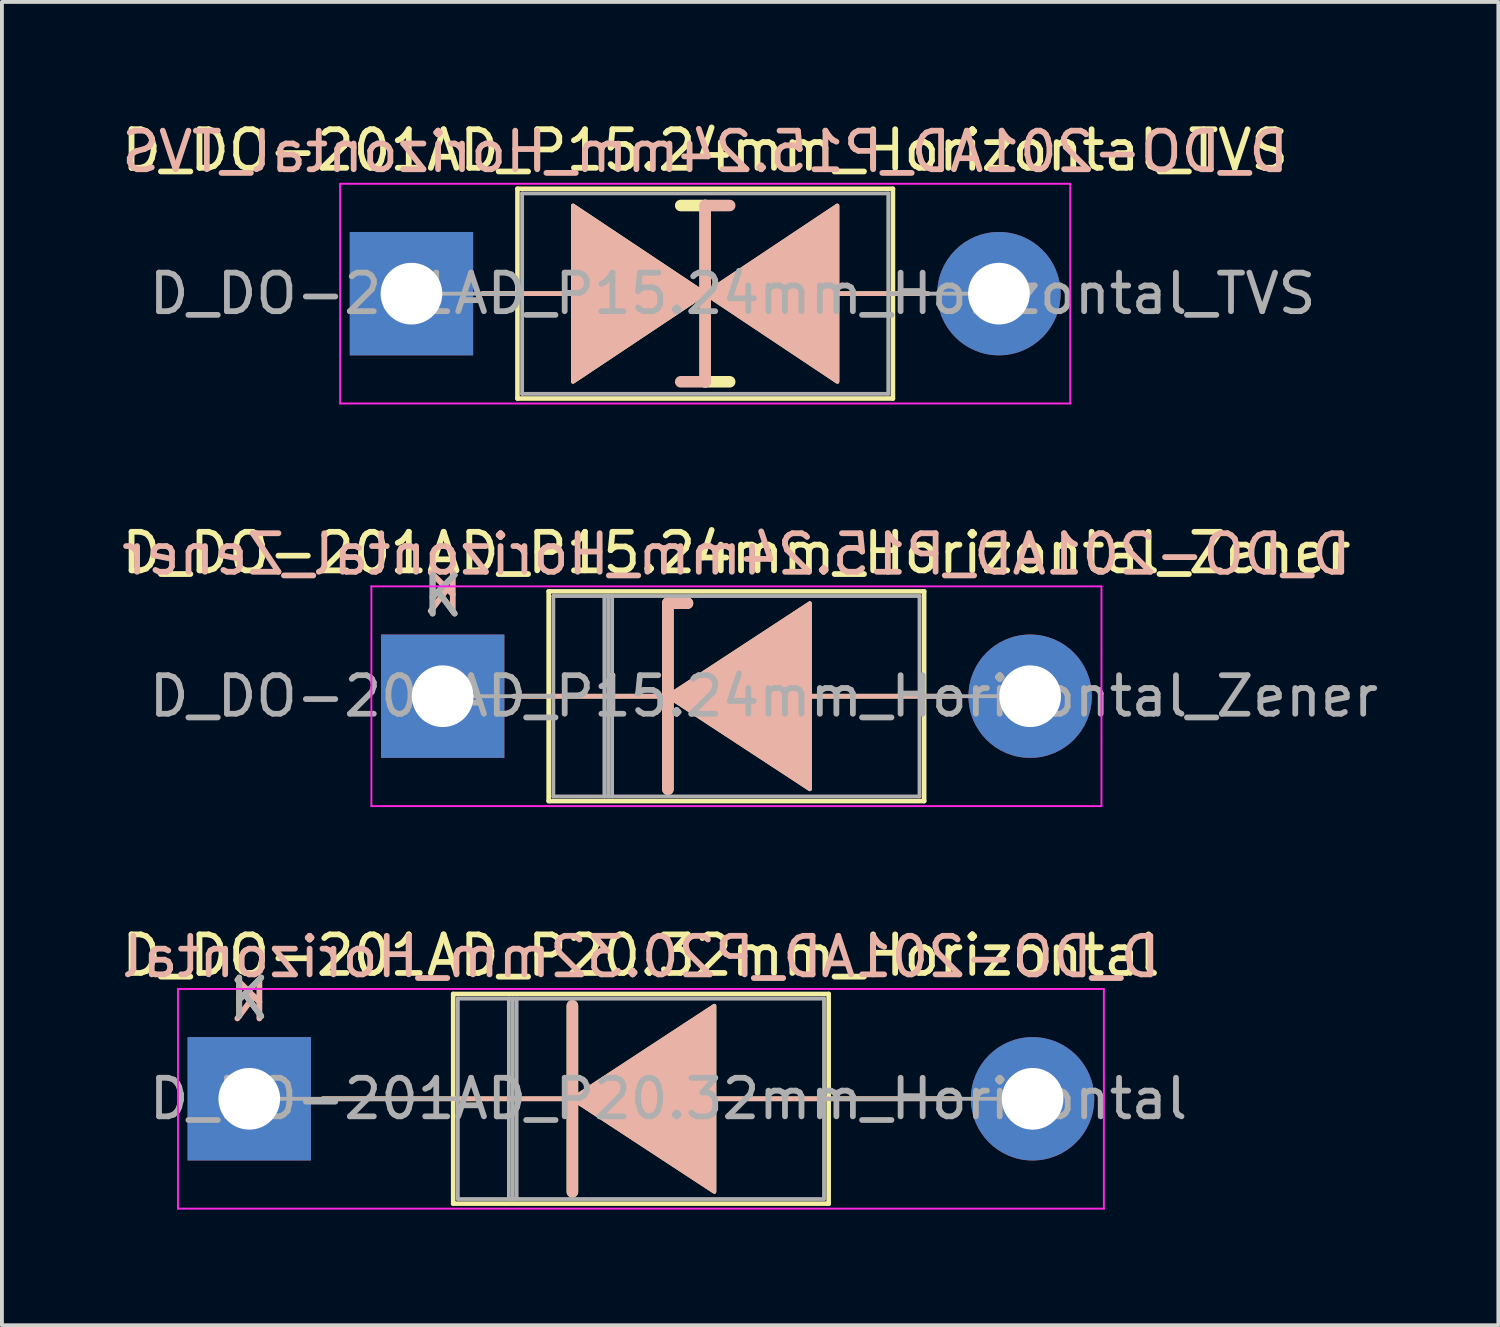
<source format=kicad_pcb>
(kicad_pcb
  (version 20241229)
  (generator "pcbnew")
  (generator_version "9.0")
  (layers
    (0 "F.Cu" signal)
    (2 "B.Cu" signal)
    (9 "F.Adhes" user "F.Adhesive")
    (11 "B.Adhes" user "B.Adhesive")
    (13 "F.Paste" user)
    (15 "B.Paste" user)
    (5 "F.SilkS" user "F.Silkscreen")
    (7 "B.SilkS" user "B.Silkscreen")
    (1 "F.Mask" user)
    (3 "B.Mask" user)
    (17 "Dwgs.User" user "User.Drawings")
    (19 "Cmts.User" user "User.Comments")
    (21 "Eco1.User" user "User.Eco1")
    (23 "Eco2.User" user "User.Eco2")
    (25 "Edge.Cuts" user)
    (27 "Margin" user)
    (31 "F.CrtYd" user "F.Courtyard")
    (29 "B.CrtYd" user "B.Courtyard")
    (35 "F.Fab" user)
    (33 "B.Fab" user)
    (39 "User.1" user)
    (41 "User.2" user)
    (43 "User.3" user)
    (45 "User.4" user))
  (footprint "D_DO-201AD_P20.32mm_Horizontal"
    (layer "F.Cu")
    (at 3.417 25.455)
    (property "Reference" "D_DO-201AD_P20.32mm_Horizontal" (at 10.16 -3.72 0) (layer "F.SilkS") (effects (font (size 1 1) (thickness 0.15))))
    (fp_line (start 1.905 0) (end 5.29 0) (stroke (width 0.12) (type solid)) (layer "F.SilkS"))
    (fp_line (start 5.29 -2.72) (end 5.29 2.72) (stroke (width 0.12) (type solid)) (layer "F.SilkS"))
    (fp_line (start 5.29 2.72) (end 15.03 2.72) (stroke (width 0.12) (type solid)) (layer "F.SilkS"))
    (fp_line (start 8.255 0) (end 5.29 0) (stroke (width 0.12) (type solid)) (layer "F.SilkS"))
    (fp_line (start 8.382 -2.413) (end 8.382 2.413) (stroke (width 0.3) (type solid)) (layer "F.SilkS"))
    (fp_line (start 12.065 0) (end 15.03 0) (stroke (width 0.12) (type solid)) (layer "F.SilkS"))
    (fp_line (start 15.03 -2.72) (end 5.29 -2.72) (stroke (width 0.12) (type solid)) (layer "F.SilkS"))
    (fp_line (start 15.03 2.72) (end 15.03 -2.72) (stroke (width 0.12) (type solid)) (layer "F.SilkS"))
    (fp_line (start 18.415 0) (end 15.03 0) (stroke (width 0.12) (type solid)) (layer "F.SilkS"))
    (fp_poly (pts (xy 12.065 2.413) (xy 8.382 0) (xy 12.065 -2.413)) (stroke (width 0.1) (type solid)) (fill yes) (layer "F.SilkS"))
    (fp_line (start 1.905 0) (end 5.29 0) (stroke (width 0.12) (type solid)) (layer "B.SilkS"))
    (fp_line (start 8.255 0) (end 5.29 0) (stroke (width 0.12) (type solid)) (layer "B.SilkS"))
    (fp_line (start 8.382 2.413) (end 8.382 -2.413) (stroke (width 0.3) (type solid)) (layer "B.SilkS"))
    (fp_line (start 12.065 0) (end 15.03 0) (stroke (width 0.12) (type solid)) (layer "B.SilkS"))
    (fp_line (start 18.415 0) (end 15.03 0) (stroke (width 0.12) (type solid)) (layer "B.SilkS"))
    (fp_poly (pts (xy 12.065 -2.413) (xy 8.382 0) (xy 12.065 2.413)) (stroke (width 0.1) (type solid)) (fill yes) (layer "B.SilkS"))
    (fp_line (start -1.85 -2.85) (end -1.85 2.85) (stroke (width 0.05) (type solid)) (layer "F.CrtYd"))
    (fp_line (start -1.85 2.85) (end 22.17 2.85) (stroke (width 0.05) (type solid)) (layer "F.CrtYd"))
    (fp_line (start 22.17 -2.85) (end -1.85 -2.85) (stroke (width 0.05) (type solid)) (layer "F.CrtYd"))
    (fp_line (start 22.17 2.85) (end 22.17 -2.85) (stroke (width 0.05) (type solid)) (layer "F.CrtYd"))
    (fp_line (start 0 0) (end 5.41 0) (stroke (width 0.1) (type solid)) (layer "F.Fab"))
    (fp_line (start 5.41 -2.6) (end 5.41 2.6) (stroke (width 0.1) (type solid)) (layer "F.Fab"))
    (fp_line (start 5.41 2.6) (end 14.91 2.6) (stroke (width 0.1) (type solid)) (layer "F.Fab"))
    (fp_line (start 6.735 -2.6) (end 6.735 2.6) (stroke (width 0.1) (type solid)) (layer "F.Fab"))
    (fp_line (start 6.835 -2.6) (end 6.835 2.6) (stroke (width 0.1) (type solid)) (layer "F.Fab"))
    (fp_line (start 6.935 -2.6) (end 6.935 2.6) (stroke (width 0.1) (type solid)) (layer "F.Fab"))
    (fp_line (start 14.91 -2.6) (end 5.41 -2.6) (stroke (width 0.1) (type solid)) (layer "F.Fab"))
    (fp_line (start 14.91 2.6) (end 14.91 -2.6) (stroke (width 0.1) (type solid)) (layer "F.Fab"))
    (fp_line (start 20.32 0) (end 14.91 0) (stroke (width 0.1) (type solid)) (layer "F.Fab"))
    (fp_text user "K" (at 0 -2.6 0) (layer "F.SilkS") (effects (font (size 1 1) (thickness 0.15))))
    (fp_text user "K" (at 0 -2.54 0) (layer "B.SilkS") (effects (font (size 1 1) (thickness 0.15)) (justify mirror)))
    (fp_text user "${REFERENCE}" (at 10.16 -3.683 0) (layer "B.SilkS") (effects (font (size 1 1) (thickness 0.15)) (justify mirror)))
    (fp_text user "K" (at 0 -2.6 0) (layer "F.Fab") (effects (font (size 1 1) (thickness 0.15))))
    (fp_text user "${REFERENCE}" (at 10.873 0 0) (layer "F.Fab") (effects (font (size 1 1) (thickness 0.15))))
    (pad "1" thru_hole rect (at 0 0) (size 3.2 3.2) (drill 1.6) (layers "*.Cu" "*.Mask"))
    (pad "2" thru_hole oval (at 20.32 0) (size 3.2 3.2) (drill 1.6) (layers "*.Cu" "*.Mask")))
  (footprint "D_DO-201AD_P15.24mm_Horizontal_TVS"
    (layer "F.Cu")
    (at 7.624 4.568)
    (property "Reference" "D_DO-201AD_P15.24mm_Horizontal_TVS" (at 7.62 -3.72 0) (layer "F.SilkS") (effects (font (size 1 1) (thickness 0.15))))
    (fp_line (start 1.84 0) (end 2.75 0) (stroke (width 0.12) (type solid)) (layer "F.SilkS"))
    (fp_line (start 2.75 -2.72) (end 2.75 2.72) (stroke (width 0.12) (type solid)) (layer "F.SilkS"))
    (fp_line (start 2.75 0) (end 4.191 0) (stroke (width 0.12) (type solid)) (layer "F.SilkS"))
    (fp_line (start 2.75 2.72) (end 12.49 2.72) (stroke (width 0.12) (type solid)) (layer "F.SilkS"))
    (fp_line (start 7.62 -2.286) (end 6.985 -2.286) (stroke (width 0.3) (type solid)) (layer "F.SilkS"))
    (fp_line (start 7.62 2.286) (end 7.62 -2.286) (stroke (width 0.3) (type solid)) (layer "F.SilkS"))
    (fp_line (start 8.255 2.286) (end 7.62 2.286) (stroke (width 0.3) (type solid)) (layer "F.SilkS"))
    (fp_line (start 11.049 0) (end 12.49 0) (stroke (width 0.12) (type solid)) (layer "F.SilkS"))
    (fp_line (start 12.49 -2.72) (end 2.75 -2.72) (stroke (width 0.12) (type solid)) (layer "F.SilkS"))
    (fp_line (start 12.49 2.72) (end 12.49 -2.72) (stroke (width 0.12) (type solid)) (layer "F.SilkS"))
    (fp_line (start 13.4 0) (end 12.49 0) (stroke (width 0.12) (type solid)) (layer "F.SilkS"))
    (fp_poly (pts (xy 7.62 0) (xy 4.191 2.286) (xy 4.191 -2.286)) (stroke (width 0.1) (type solid)) (fill yes) (layer "F.SilkS"))
    (fp_poly (pts (xy 7.62 0) (xy 11.049 -2.286) (xy 11.049 2.286)) (stroke (width 0.1) (type solid)) (fill yes) (layer "F.SilkS"))
    (fp_line (start 1.84 0) (end 2.75 0) (stroke (width 0.12) (type solid)) (layer "B.SilkS"))
    (fp_line (start 2.75 0) (end 4.191 0) (stroke (width 0.12) (type solid)) (layer "B.SilkS"))
    (fp_line (start 7.62 -2.286) (end 7.62 2.286) (stroke (width 0.3) (type solid)) (layer "B.SilkS"))
    (fp_line (start 7.62 2.286) (end 6.985 2.286) (stroke (width 0.3) (type solid)) (layer "B.SilkS"))
    (fp_line (start 8.255 -2.286) (end 7.62 -2.286) (stroke (width 0.3) (type solid)) (layer "B.SilkS"))
    (fp_line (start 11.049 0) (end 12.49 0) (stroke (width 0.12) (type solid)) (layer "B.SilkS"))
    (fp_line (start 13.4 0) (end 12.49 0) (stroke (width 0.12) (type solid)) (layer "B.SilkS"))
    (fp_poly (pts (xy 7.62 0) (xy 4.191 -2.286) (xy 4.191 2.286)) (stroke (width 0.1) (type solid)) (fill yes) (layer "B.SilkS"))
    (fp_poly (pts (xy 7.62 0) (xy 11.049 2.286) (xy 11.049 -2.286)) (stroke (width 0.1) (type solid)) (fill yes) (layer "B.SilkS"))
    (fp_line (start -1.85 -2.85) (end -1.85 2.85) (stroke (width 0.05) (type solid)) (layer "F.CrtYd"))
    (fp_line (start -1.85 2.85) (end 17.09 2.85) (stroke (width 0.05) (type solid)) (layer "F.CrtYd"))
    (fp_line (start 17.09 -2.85) (end -1.85 -2.85) (stroke (width 0.05) (type solid)) (layer "F.CrtYd"))
    (fp_line (start 17.09 2.85) (end 17.09 -2.85) (stroke (width 0.05) (type solid)) (layer "F.CrtYd"))
    (fp_line (start 0 0) (end 2.87 0) (stroke (width 0.1) (type solid)) (layer "F.Fab"))
    (fp_line (start 2.87 -2.6) (end 2.87 2.6) (stroke (width 0.1) (type solid)) (layer "F.Fab"))
    (fp_line (start 2.87 2.6) (end 12.37 2.6) (stroke (width 0.1) (type solid)) (layer "F.Fab"))
    (fp_line (start 12.37 -2.6) (end 2.87 -2.6) (stroke (width 0.1) (type solid)) (layer "F.Fab"))
    (fp_line (start 12.37 2.6) (end 12.37 -2.6) (stroke (width 0.1) (type solid)) (layer "F.Fab"))
    (fp_line (start 15.24 0) (end 12.37 0) (stroke (width 0.1) (type solid)) (layer "F.Fab"))
    (fp_text user "${REFERENCE}" (at 7.62 -3.683 0) (layer "B.SilkS") (effects (font (size 1 1) (thickness 0.15)) (justify mirror)))
    (fp_text user "${REFERENCE}" (at 8.332 0 0) (layer "F.Fab") (effects (font (size 1 1) (thickness 0.15))))
    (pad "1" thru_hole rect (at 0 0) (size 3.2 3.2) (drill 1.6) (layers "*.Cu" "*.Mask"))
    (pad "2" thru_hole oval (at 15.24 0) (size 3.2 3.2) (drill 1.6) (layers "*.Cu" "*.Mask")))
  (footprint "D_DO-201AD_P15.24mm_Horizontal_Zener"
    (layer "F.Cu")
    (at 8.434 15.011)
    (property "Reference" "D_DO-201AD_P15.24mm_Horizontal_Zener" (at 7.62 -3.72 0) (layer "F.SilkS") (effects (font (size 1 1) (thickness 0.15))))
    (fp_line (start 1.84 0) (end 2.75 0) (stroke (width 0.12) (type solid)) (layer "F.SilkS"))
    (fp_line (start 2.75 -2.72) (end 2.75 2.72) (stroke (width 0.12) (type solid)) (layer "F.SilkS"))
    (fp_line (start 2.75 2.72) (end 12.49 2.72) (stroke (width 0.12) (type solid)) (layer "F.SilkS"))
    (fp_line (start 5.715 0) (end 2.75 0) (stroke (width 0.12) (type solid)) (layer "F.SilkS"))
    (fp_line (start 5.842 -2.413) (end 5.842 2.413) (stroke (width 0.3) (type solid)) (layer "F.SilkS"))
    (fp_line (start 5.842 -2.413) (end 6.35 -2.413) (stroke (width 0.3) (type solid)) (layer "F.SilkS"))
    (fp_line (start 9.525 0) (end 12.49 0) (stroke (width 0.12) (type solid)) (layer "F.SilkS"))
    (fp_line (start 12.49 -2.72) (end 2.75 -2.72) (stroke (width 0.12) (type solid)) (layer "F.SilkS"))
    (fp_line (start 12.49 2.72) (end 12.49 -2.72) (stroke (width 0.12) (type solid)) (layer "F.SilkS"))
    (fp_line (start 13.4 0) (end 12.49 0) (stroke (width 0.12) (type solid)) (layer "F.SilkS"))
    (fp_poly (pts (xy 9.525 2.413) (xy 5.842 0) (xy 9.525 -2.413)) (stroke (width 0.1) (type solid)) (fill yes) (layer "F.SilkS"))
    (fp_line (start 1.84 0) (end 2.75 0) (stroke (width 0.12) (type solid)) (layer "B.SilkS"))
    (fp_line (start 5.715 0) (end 2.75 0) (stroke (width 0.12) (type solid)) (layer "B.SilkS"))
    (fp_line (start 5.842 -2.413) (end 6.35 -2.413) (stroke (width 0.3) (type solid)) (layer "B.SilkS"))
    (fp_line (start 5.842 2.413) (end 5.842 -2.413) (stroke (width 0.3) (type solid)) (layer "B.SilkS"))
    (fp_line (start 9.525 0) (end 12.49 0) (stroke (width 0.12) (type solid)) (layer "B.SilkS"))
    (fp_line (start 13.4 0) (end 12.49 0) (stroke (width 0.12) (type solid)) (layer "B.SilkS"))
    (fp_poly (pts (xy 9.525 -2.413) (xy 5.842 0) (xy 9.525 2.413)) (stroke (width 0.1) (type solid)) (fill yes) (layer "B.SilkS"))
    (fp_line (start -1.85 -2.85) (end -1.85 2.85) (stroke (width 0.05) (type solid)) (layer "F.CrtYd"))
    (fp_line (start -1.85 2.85) (end 17.09 2.85) (stroke (width 0.05) (type solid)) (layer "F.CrtYd"))
    (fp_line (start 17.09 -2.85) (end -1.85 -2.85) (stroke (width 0.05) (type solid)) (layer "F.CrtYd"))
    (fp_line (start 17.09 2.85) (end 17.09 -2.85) (stroke (width 0.05) (type solid)) (layer "F.CrtYd"))
    (fp_line (start 0 0) (end 2.87 0) (stroke (width 0.1) (type solid)) (layer "F.Fab"))
    (fp_line (start 2.87 -2.6) (end 2.87 2.6) (stroke (width 0.1) (type solid)) (layer "F.Fab"))
    (fp_line (start 2.87 2.6) (end 12.37 2.6) (stroke (width 0.1) (type solid)) (layer "F.Fab"))
    (fp_line (start 4.195 -2.6) (end 4.195 2.6) (stroke (width 0.1) (type solid)) (layer "F.Fab"))
    (fp_line (start 4.295 -2.6) (end 4.295 2.6) (stroke (width 0.1) (type solid)) (layer "F.Fab"))
    (fp_line (start 4.395 -2.6) (end 4.395 2.6) (stroke (width 0.1) (type solid)) (layer "F.Fab"))
    (fp_line (start 12.37 -2.6) (end 2.87 -2.6) (stroke (width 0.1) (type solid)) (layer "F.Fab"))
    (fp_line (start 12.37 2.6) (end 12.37 -2.6) (stroke (width 0.1) (type solid)) (layer "F.Fab"))
    (fp_line (start 15.24 0) (end 12.37 0) (stroke (width 0.1) (type solid)) (layer "F.Fab"))
    (fp_text user "K" (at 0 -2.6 0) (layer "F.SilkS") (effects (font (size 1 1) (thickness 0.15))))
    (fp_text user "${REFERENCE}" (at 7.62 -3.683 0) (layer "B.SilkS") (effects (font (size 1 1) (thickness 0.15)) (justify mirror)))
    (fp_text user "K" (at 0 -2.667 0) (layer "B.SilkS") (effects (font (size 1 1) (thickness 0.15)) (justify mirror)))
    (fp_text user "${REFERENCE}" (at 8.332 0 0) (layer "F.Fab") (effects (font (size 1 1) (thickness 0.15))))
    (fp_text user "K" (at 0 -2.6 0) (layer "F.Fab") (effects (font (size 1 1) (thickness 0.15))))
    (pad "1" thru_hole rect (at 0 0) (size 3.2 3.2) (drill 1.6) (layers "*.Cu" "*.Mask"))
    (pad "2" thru_hole oval (at 15.24 0) (size 3.2 3.2) (drill 1.6) (layers "*.Cu" "*.Mask")))
  (gr_rect
    (start -3 -3)
    (end 35.82 31.33)
    (stroke (width 0.1) (type default))
    (fill no)
    (layer "Edge.Cuts")))
</source>
